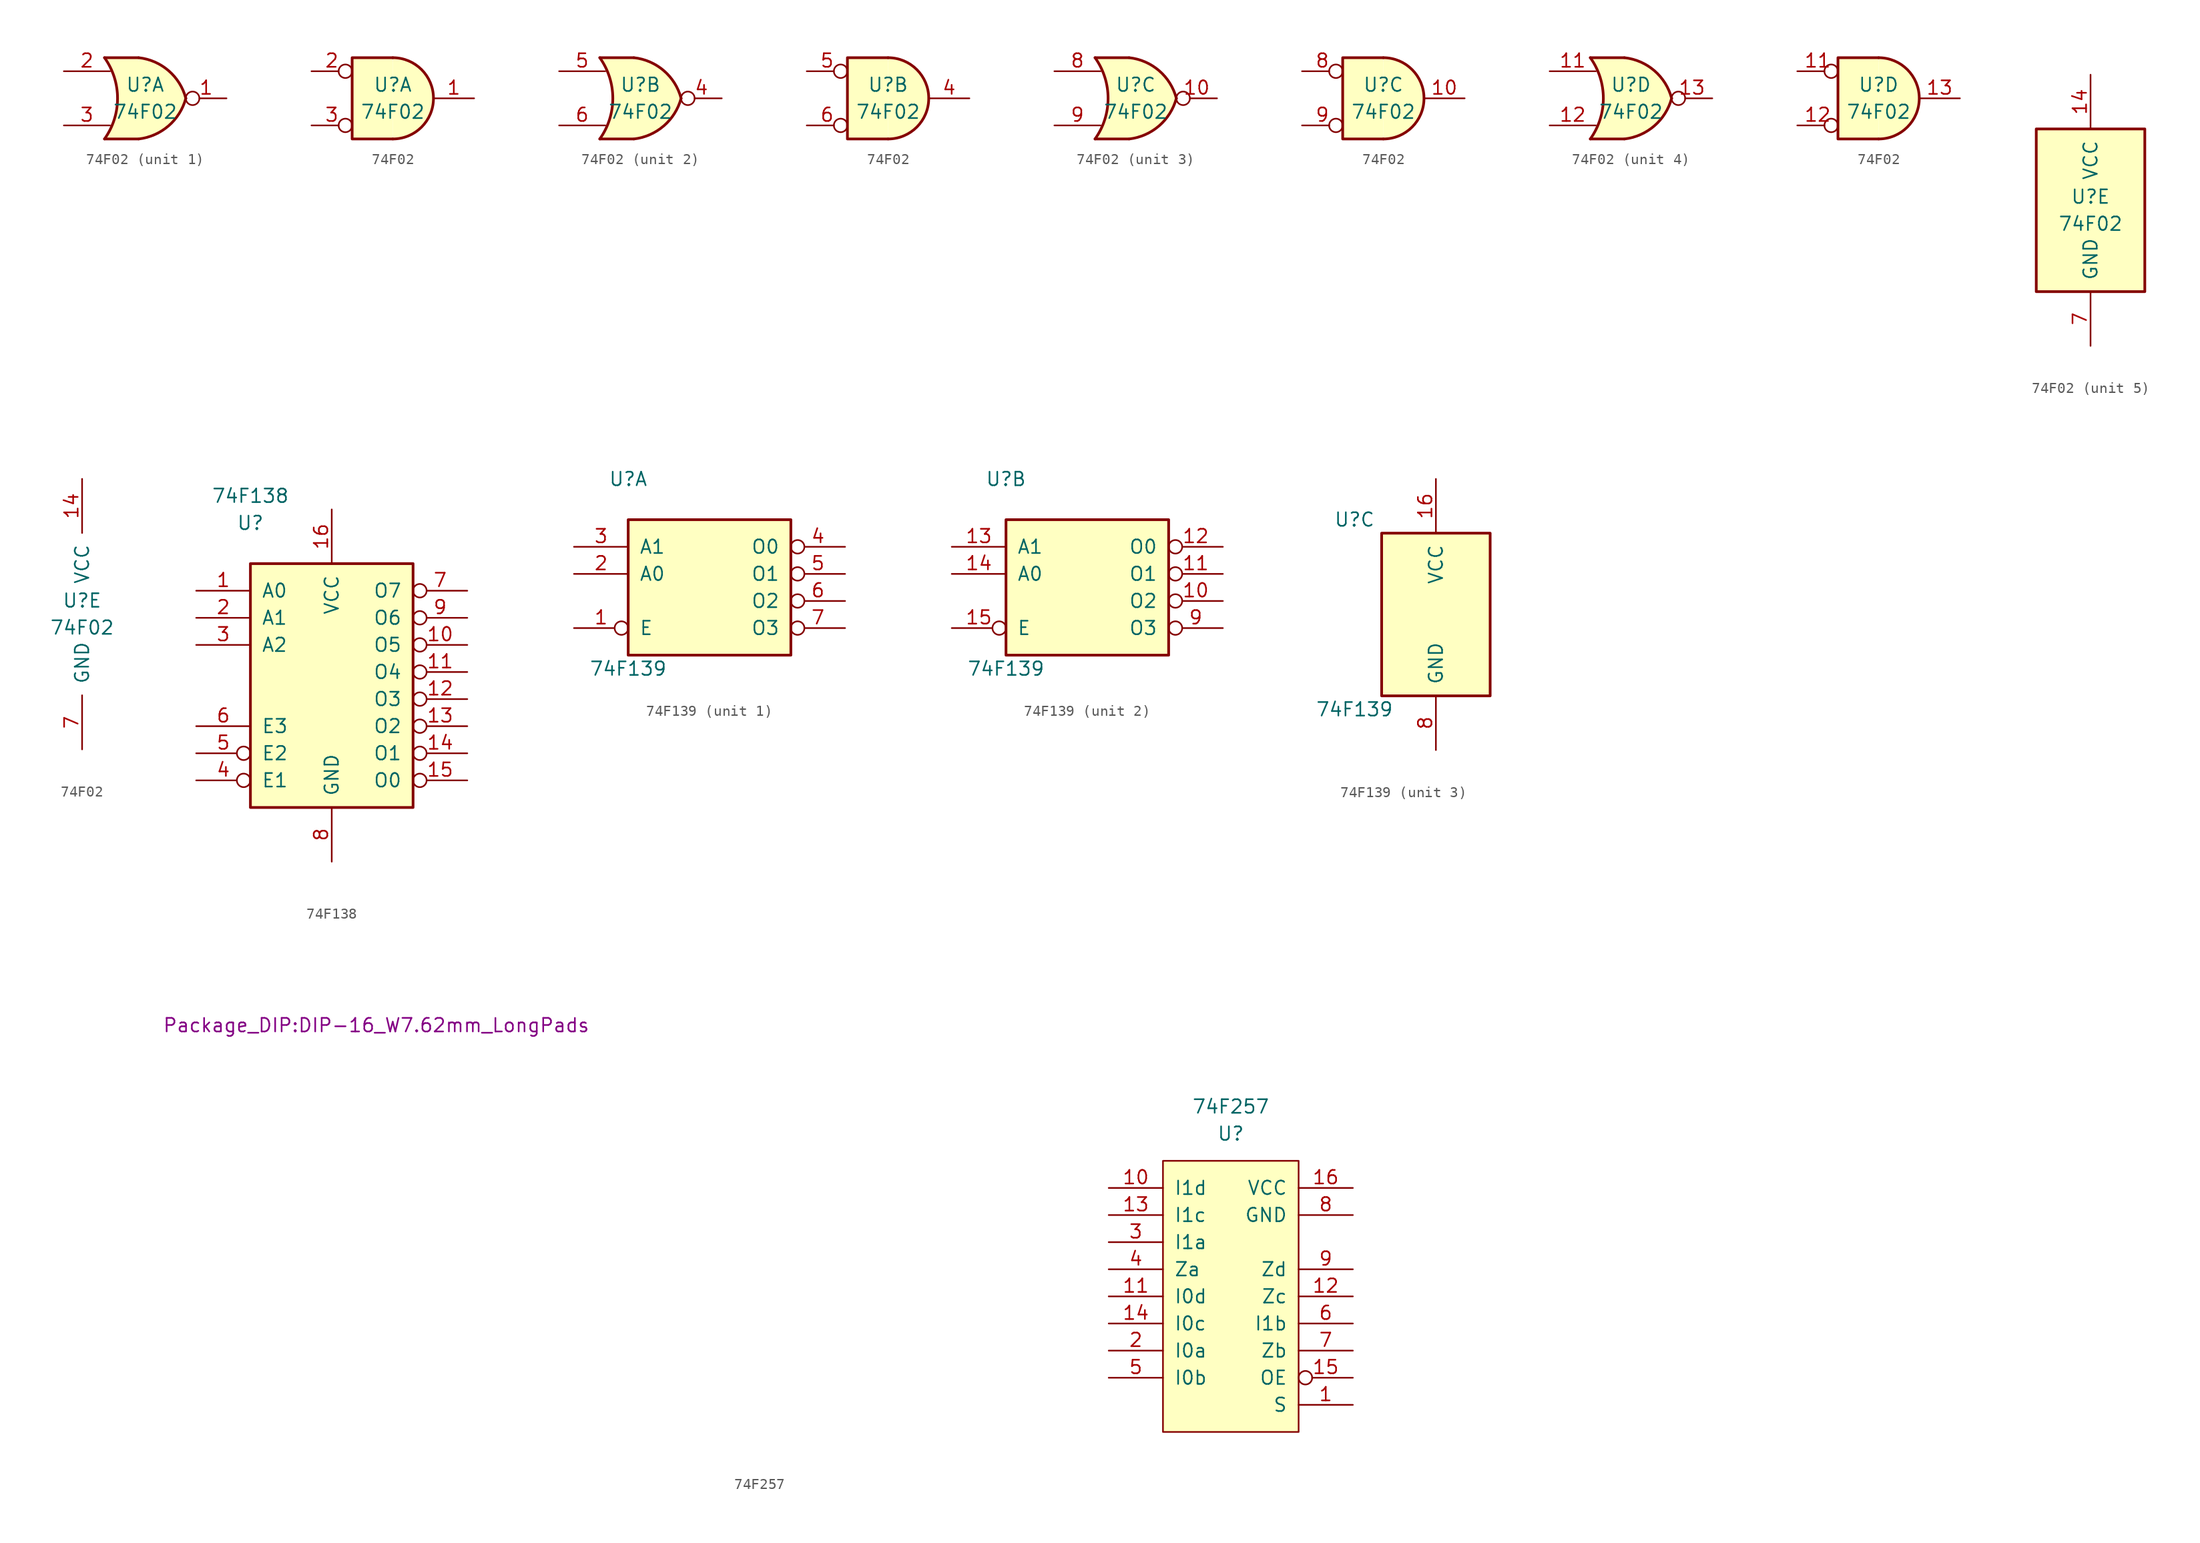
<source format=kicad_sym>
(kicad_symbol_lib
  (version 20211014)
  (generator kicad_symbol_editor)
  (symbol "74F02"
    (pin_names
      (offset 1.016))
    (property "Reference" "U"
      (at 0 1.27 0)
      (effects (font (size 1.27 1.27))))
    (property "Value" "74F02"
      (at 0 -1.27 0)
      (effects (font (size 1.27 1.27))))
    (property "ki_locked" ""
      (at 0 0 0)
      (effects (font (size 1.27 1.27))))
    (symbol "74F02_1_1"
      (arc (start -3.81 -3.81) (mid -2.589 0) (end -3.81 3.81) (stroke (width 0.254) (type default) (color 0 0 0 0)) (fill (type none)))
      (arc (start -0.6096 -3.81) (mid 2.1842 -2.5851) (end 3.81 0) (stroke (width 0.254) (type default) (color 0 0 0 0)) (fill (type background)))
      (polyline (pts (xy -3.81 -3.81) (xy -0.635 -3.81)) (stroke (width 0.254) (type default) (color 0 0 0 0)) (fill (type background)))
      (polyline (pts (xy -3.81 3.81) (xy -0.635 3.81)) (stroke (width 0.254) (type default) (color 0 0 0 0)) (fill (type background)))
      (polyline (pts (xy -0.635 3.81) (xy -3.81 3.81) (xy -3.81 3.81) (xy -3.556 3.404) (xy -3.023 2.261) (xy -2.692 1.041) (xy -2.616 -0.254) (xy -2.769 -1.499) (xy -3.175 -2.718) (xy -3.81 -3.81) (xy -3.81 -3.81) (xy -0.635 -3.81)) (stroke (width -25.4) (type default) (color 0 0 0 0)) (fill (type background)))
      (arc (start 3.81 0) (mid 2.1915 2.5936) (end -0.6096 3.81) (stroke (width 0.254) (type default) (color 0 0 0 0)) (fill (type background)))
      (pin output inverted (at 7.62 0 180) (length 3.81) (name "~" (effects (font (size 1.27 1.27)))) (number "1" (effects (font (size 1.27 1.27)))))
      (pin input line (at -7.62 2.54 0) (length 4.318) (name "~" (effects (font (size 1.27 1.27)))) (number "2" (effects (font (size 1.27 1.27)))))
      (pin input line (at -7.62 -2.54 0) (length 4.318) (name "~" (effects (font (size 1.27 1.27)))) (number "3" (effects (font (size 1.27 1.27))))))
    (symbol "74F02_1_2"
      (arc (start 0 -3.81) (mid 3.81 0) (end 0 3.81) (stroke (width 0.254) (type default) (color 0 0 0 0)) (fill (type background)))
      (polyline (pts (xy 0 3.81) (xy -3.81 3.81) (xy -3.81 -3.81) (xy 0 -3.81)) (stroke (width 0.254) (type default) (color 0 0 0 0)) (fill (type background)))
      (pin output line (at 7.62 0 180) (length 3.81) (name "~" (effects (font (size 1.27 1.27)))) (number "1" (effects (font (size 1.27 1.27)))))
      (pin input inverted (at -7.62 2.54 0) (length 3.81) (name "~" (effects (font (size 1.27 1.27)))) (number "2" (effects (font (size 1.27 1.27)))))
      (pin input inverted (at -7.62 -2.54 0) (length 3.81) (name "~" (effects (font (size 1.27 1.27)))) (number "3" (effects (font (size 1.27 1.27))))))
    (symbol "74F02_2_1"
      (arc (start -3.81 -3.81) (mid -2.589 0) (end -3.81 3.81) (stroke (width 0.254) (type default) (color 0 0 0 0)) (fill (type none)))
      (arc (start -0.6096 -3.81) (mid 2.1842 -2.5851) (end 3.81 0) (stroke (width 0.254) (type default) (color 0 0 0 0)) (fill (type background)))
      (polyline (pts (xy -3.81 -3.81) (xy -0.635 -3.81)) (stroke (width 0.254) (type default) (color 0 0 0 0)) (fill (type background)))
      (polyline (pts (xy -3.81 3.81) (xy -0.635 3.81)) (stroke (width 0.254) (type default) (color 0 0 0 0)) (fill (type background)))
      (polyline (pts (xy -0.635 3.81) (xy -3.81 3.81) (xy -3.81 3.81) (xy -3.556 3.404) (xy -3.023 2.261) (xy -2.692 1.041) (xy -2.616 -0.254) (xy -2.769 -1.499) (xy -3.175 -2.718) (xy -3.81 -3.81) (xy -3.81 -3.81) (xy -0.635 -3.81)) (stroke (width -25.4) (type default) (color 0 0 0 0)) (fill (type background)))
      (arc (start 3.81 0) (mid 2.1915 2.5936) (end -0.6096 3.81) (stroke (width 0.254) (type default) (color 0 0 0 0)) (fill (type background)))
      (pin output inverted (at 7.62 0 180) (length 3.81) (name "~" (effects (font (size 1.27 1.27)))) (number "4" (effects (font (size 1.27 1.27)))))
      (pin input line (at -7.62 2.54 0) (length 4.318) (name "~" (effects (font (size 1.27 1.27)))) (number "5" (effects (font (size 1.27 1.27)))))
      (pin input line (at -7.62 -2.54 0) (length 4.318) (name "~" (effects (font (size 1.27 1.27)))) (number "6" (effects (font (size 1.27 1.27))))))
    (symbol "74F02_2_2"
      (arc (start 0 -3.81) (mid 3.81 0) (end 0 3.81) (stroke (width 0.254) (type default) (color 0 0 0 0)) (fill (type background)))
      (polyline (pts (xy 0 3.81) (xy -3.81 3.81) (xy -3.81 -3.81) (xy 0 -3.81)) (stroke (width 0.254) (type default) (color 0 0 0 0)) (fill (type background)))
      (pin output line (at 7.62 0 180) (length 3.81) (name "~" (effects (font (size 1.27 1.27)))) (number "4" (effects (font (size 1.27 1.27)))))
      (pin input inverted (at -7.62 2.54 0) (length 3.81) (name "~" (effects (font (size 1.27 1.27)))) (number "5" (effects (font (size 1.27 1.27)))))
      (pin input inverted (at -7.62 -2.54 0) (length 3.81) (name "~" (effects (font (size 1.27 1.27)))) (number "6" (effects (font (size 1.27 1.27))))))
    (symbol "74F02_3_1"
      (arc (start -3.81 -3.81) (mid -2.589 0) (end -3.81 3.81) (stroke (width 0.254) (type default) (color 0 0 0 0)) (fill (type none)))
      (arc (start -0.6096 -3.81) (mid 2.1842 -2.5851) (end 3.81 0) (stroke (width 0.254) (type default) (color 0 0 0 0)) (fill (type background)))
      (polyline (pts (xy -3.81 -3.81) (xy -0.635 -3.81)) (stroke (width 0.254) (type default) (color 0 0 0 0)) (fill (type background)))
      (polyline (pts (xy -3.81 3.81) (xy -0.635 3.81)) (stroke (width 0.254) (type default) (color 0 0 0 0)) (fill (type background)))
      (polyline (pts (xy -0.635 3.81) (xy -3.81 3.81) (xy -3.81 3.81) (xy -3.556 3.404) (xy -3.023 2.261) (xy -2.692 1.041) (xy -2.616 -0.254) (xy -2.769 -1.499) (xy -3.175 -2.718) (xy -3.81 -3.81) (xy -3.81 -3.81) (xy -0.635 -3.81)) (stroke (width -25.4) (type default) (color 0 0 0 0)) (fill (type background)))
      (arc (start 3.81 0) (mid 2.1915 2.5936) (end -0.6096 3.81) (stroke (width 0.254) (type default) (color 0 0 0 0)) (fill (type background)))
      (pin output inverted (at 7.62 0 180) (length 3.81) (name "~" (effects (font (size 1.27 1.27)))) (number "10" (effects (font (size 1.27 1.27)))))
      (pin input line (at -7.62 2.54 0) (length 4.318) (name "~" (effects (font (size 1.27 1.27)))) (number "8" (effects (font (size 1.27 1.27)))))
      (pin input line (at -7.62 -2.54 0) (length 4.318) (name "~" (effects (font (size 1.27 1.27)))) (number "9" (effects (font (size 1.27 1.27))))))
    (symbol "74F02_3_2"
      (arc (start 0 -3.81) (mid 3.81 0) (end 0 3.81) (stroke (width 0.254) (type default) (color 0 0 0 0)) (fill (type background)))
      (polyline (pts (xy 0 3.81) (xy -3.81 3.81) (xy -3.81 -3.81) (xy 0 -3.81)) (stroke (width 0.254) (type default) (color 0 0 0 0)) (fill (type background)))
      (pin output line (at 7.62 0 180) (length 3.81) (name "~" (effects (font (size 1.27 1.27)))) (number "10" (effects (font (size 1.27 1.27)))))
      (pin input inverted (at -7.62 2.54 0) (length 3.81) (name "~" (effects (font (size 1.27 1.27)))) (number "8" (effects (font (size 1.27 1.27)))))
      (pin input inverted (at -7.62 -2.54 0) (length 3.81) (name "~" (effects (font (size 1.27 1.27)))) (number "9" (effects (font (size 1.27 1.27))))))
    (symbol "74F02_4_1"
      (arc (start -3.81 -3.81) (mid -2.589 0) (end -3.81 3.81) (stroke (width 0.254) (type default) (color 0 0 0 0)) (fill (type none)))
      (arc (start -0.6096 -3.81) (mid 2.1842 -2.5851) (end 3.81 0) (stroke (width 0.254) (type default) (color 0 0 0 0)) (fill (type background)))
      (polyline (pts (xy -3.81 -3.81) (xy -0.635 -3.81)) (stroke (width 0.254) (type default) (color 0 0 0 0)) (fill (type background)))
      (polyline (pts (xy -3.81 3.81) (xy -0.635 3.81)) (stroke (width 0.254) (type default) (color 0 0 0 0)) (fill (type background)))
      (polyline (pts (xy -0.635 3.81) (xy -3.81 3.81) (xy -3.81 3.81) (xy -3.556 3.404) (xy -3.023 2.261) (xy -2.692 1.041) (xy -2.616 -0.254) (xy -2.769 -1.499) (xy -3.175 -2.718) (xy -3.81 -3.81) (xy -3.81 -3.81) (xy -0.635 -3.81)) (stroke (width -25.4) (type default) (color 0 0 0 0)) (fill (type background)))
      (arc (start 3.81 0) (mid 2.1915 2.5936) (end -0.6096 3.81) (stroke (width 0.254) (type default) (color 0 0 0 0)) (fill (type background)))
      (pin input line (at -7.62 2.54 0) (length 4.318) (name "~" (effects (font (size 1.27 1.27)))) (number "11" (effects (font (size 1.27 1.27)))))
      (pin input line (at -7.62 -2.54 0) (length 4.318) (name "~" (effects (font (size 1.27 1.27)))) (number "12" (effects (font (size 1.27 1.27)))))
      (pin output inverted (at 7.62 0 180) (length 3.81) (name "~" (effects (font (size 1.27 1.27)))) (number "13" (effects (font (size 1.27 1.27))))))
    (symbol "74F02_4_2"
      (arc (start 0 -3.81) (mid 3.81 0) (end 0 3.81) (stroke (width 0.254) (type default) (color 0 0 0 0)) (fill (type background)))
      (polyline (pts (xy 0 3.81) (xy -3.81 3.81) (xy -3.81 -3.81) (xy 0 -3.81)) (stroke (width 0.254) (type default) (color 0 0 0 0)) (fill (type background)))
      (pin input inverted (at -7.62 2.54 0) (length 3.81) (name "~" (effects (font (size 1.27 1.27)))) (number "11" (effects (font (size 1.27 1.27)))))
      (pin input inverted (at -7.62 -2.54 0) (length 3.81) (name "~" (effects (font (size 1.27 1.27)))) (number "12" (effects (font (size 1.27 1.27)))))
      (pin output line (at 7.62 0 180) (length 3.81) (name "~" (effects (font (size 1.27 1.27)))) (number "13" (effects (font (size 1.27 1.27))))))
    (symbol "74F02_5_0"
      (pin power_in line (at 0 12.7 270) (length 5.08) (name "VCC" (effects (font (size 1.27 1.27)))) (number "14" (effects (font (size 1.27 1.27)))))
      (pin power_in line (at 0 -12.7 90) (length 5.08) (name "GND" (effects (font (size 1.27 1.27)))) (number "7" (effects (font (size 1.27 1.27))))))
    (symbol "74F02_5_1"
      (rectangle (start -5.08 7.62) (end 5.08 -7.62) (stroke (width 0.254) (type default) (color 0 0 0 0)) (fill (type background)))))
  (symbol "74F138"
    (pin_names
      (offset 1.016))
    (property "Reference" "U"
      (at -7.62 13.97 0)
      (effects (font (size 1.27 1.27))))
    (property "Value" "74F138"
      (at -7.62 16.51 0)
      (effects (font (size 1.27 1.27))))
    (symbol "74F138_1_0"
      (pin input line (at -12.7 7.62 0) (length 5.08) (name "A0" (effects (font (size 1.27 1.27)))) (number "1" (effects (font (size 1.27 1.27)))))
      (pin output inverted (at 12.7 2.54 180) (length 5.08) (name "O5" (effects (font (size 1.27 1.27)))) (number "10" (effects (font (size 1.27 1.27)))))
      (pin output inverted (at 12.7 0 180) (length 5.08) (name "O4" (effects (font (size 1.27 1.27)))) (number "11" (effects (font (size 1.27 1.27)))))
      (pin output inverted (at 12.7 -2.54 180) (length 5.08) (name "O3" (effects (font (size 1.27 1.27)))) (number "12" (effects (font (size 1.27 1.27)))))
      (pin output inverted (at 12.7 -5.08 180) (length 5.08) (name "O2" (effects (font (size 1.27 1.27)))) (number "13" (effects (font (size 1.27 1.27)))))
      (pin output inverted (at 12.7 -7.62 180) (length 5.08) (name "O1" (effects (font (size 1.27 1.27)))) (number "14" (effects (font (size 1.27 1.27)))))
      (pin output inverted (at 12.7 -10.16 180) (length 5.08) (name "O0" (effects (font (size 1.27 1.27)))) (number "15" (effects (font (size 1.27 1.27)))))
      (pin power_in line (at 0 15.24 270) (length 5.08) (name "VCC" (effects (font (size 1.27 1.27)))) (number "16" (effects (font (size 1.27 1.27)))))
      (pin input line (at -12.7 5.08 0) (length 5.08) (name "A1" (effects (font (size 1.27 1.27)))) (number "2" (effects (font (size 1.27 1.27)))))
      (pin input line (at -12.7 2.54 0) (length 5.08) (name "A2" (effects (font (size 1.27 1.27)))) (number "3" (effects (font (size 1.27 1.27)))))
      (pin input inverted (at -12.7 -10.16 0) (length 5.08) (name "E1" (effects (font (size 1.27 1.27)))) (number "4" (effects (font (size 1.27 1.27)))))
      (pin input inverted (at -12.7 -7.62 0) (length 5.08) (name "E2" (effects (font (size 1.27 1.27)))) (number "5" (effects (font (size 1.27 1.27)))))
      (pin input line (at -12.7 -5.08 0) (length 5.08) (name "E3" (effects (font (size 1.27 1.27)))) (number "6" (effects (font (size 1.27 1.27)))))
      (pin output inverted (at 12.7 7.62 180) (length 5.08) (name "O7" (effects (font (size 1.27 1.27)))) (number "7" (effects (font (size 1.27 1.27)))))
      (pin power_in line (at 0 -17.78 90) (length 5.08) (name "GND" (effects (font (size 1.27 1.27)))) (number "8" (effects (font (size 1.27 1.27)))))
      (pin output inverted (at 12.7 5.08 180) (length 5.08) (name "O6" (effects (font (size 1.27 1.27)))) (number "9" (effects (font (size 1.27 1.27))))))
    (symbol "74F138_1_1"
      (rectangle (start -7.62 10.16) (end 7.62 -12.7) (stroke (width 0.254) (type default) (color 0 0 0 0)) (fill (type background)))))
  (symbol "74F139"
    (pin_names
      (offset 1.016))
    (property "Reference" "U"
      (at -7.62 8.89 0)
      (effects (font (size 1.27 1.27))))
    (property "Value" "74F139"
      (at -7.62 -8.89 0)
      (effects (font (size 1.27 1.27))))
    (property "ki_locked" ""
      (at 0 0 0)
      (effects (font (size 1.27 1.27))))
    (symbol "74F139_1_0"
      (pin input inverted (at -12.7 -5.08 0) (length 5.08) (name "E" (effects (font (size 1.27 1.27)))) (number "1" (effects (font (size 1.27 1.27)))))
      (pin input line (at -12.7 0 0) (length 5.08) (name "A0" (effects (font (size 1.27 1.27)))) (number "2" (effects (font (size 1.27 1.27)))))
      (pin input line (at -12.7 2.54 0) (length 5.08) (name "A1" (effects (font (size 1.27 1.27)))) (number "3" (effects (font (size 1.27 1.27)))))
      (pin output inverted (at 12.7 2.54 180) (length 5.08) (name "O0" (effects (font (size 1.27 1.27)))) (number "4" (effects (font (size 1.27 1.27)))))
      (pin output inverted (at 12.7 0 180) (length 5.08) (name "O1" (effects (font (size 1.27 1.27)))) (number "5" (effects (font (size 1.27 1.27)))))
      (pin output inverted (at 12.7 -2.54 180) (length 5.08) (name "O2" (effects (font (size 1.27 1.27)))) (number "6" (effects (font (size 1.27 1.27)))))
      (pin output inverted (at 12.7 -5.08 180) (length 5.08) (name "O3" (effects (font (size 1.27 1.27)))) (number "7" (effects (font (size 1.27 1.27))))))
    (symbol "74F139_1_1"
      (rectangle (start -7.62 5.08) (end 7.62 -7.62) (stroke (width 0.254) (type default) (color 0 0 0 0)) (fill (type background))))
    (symbol "74F139_2_0"
      (pin output inverted (at 12.7 -2.54 180) (length 5.08) (name "O2" (effects (font (size 1.27 1.27)))) (number "10" (effects (font (size 1.27 1.27)))))
      (pin output inverted (at 12.7 0 180) (length 5.08) (name "O1" (effects (font (size 1.27 1.27)))) (number "11" (effects (font (size 1.27 1.27)))))
      (pin output inverted (at 12.7 2.54 180) (length 5.08) (name "O0" (effects (font (size 1.27 1.27)))) (number "12" (effects (font (size 1.27 1.27)))))
      (pin input line (at -12.7 2.54 0) (length 5.08) (name "A1" (effects (font (size 1.27 1.27)))) (number "13" (effects (font (size 1.27 1.27)))))
      (pin input line (at -12.7 0 0) (length 5.08) (name "A0" (effects (font (size 1.27 1.27)))) (number "14" (effects (font (size 1.27 1.27)))))
      (pin input inverted (at -12.7 -5.08 0) (length 5.08) (name "E" (effects (font (size 1.27 1.27)))) (number "15" (effects (font (size 1.27 1.27)))))
      (pin output inverted (at 12.7 -5.08 180) (length 5.08) (name "O3" (effects (font (size 1.27 1.27)))) (number "9" (effects (font (size 1.27 1.27))))))
    (symbol "74F139_2_1"
      (rectangle (start -7.62 5.08) (end 7.62 -7.62) (stroke (width 0.254) (type default) (color 0 0 0 0)) (fill (type background))))
    (symbol "74F139_3_0"
      (pin power_in line (at 0 12.7 270) (length 5.08) (name "VCC" (effects (font (size 1.27 1.27)))) (number "16" (effects (font (size 1.27 1.27)))))
      (pin power_in line (at 0 -12.7 90) (length 5.08) (name "GND" (effects (font (size 1.27 1.27)))) (number "8" (effects (font (size 1.27 1.27))))))
    (symbol "74F139_3_1"
      (rectangle (start -5.08 7.62) (end 5.08 -7.62) (stroke (width 0.254) (type default) (color 0 0 0 0)) (fill (type background)))))
  (symbol "74F257"
    (pin_names
      (offset 1.016))
    (property "Reference" "U"
      (at 6.35 2.54 0)
      (effects (font (size 1.27 1.27))))
    (property "Value" "74F257"
      (at 6.35 5.08 0)
      (effects (font (size 1.27 1.27))))
    (property "Footprint" "Package_DIP:DIP-16_W7.62mm_LongPads"
      (at -73.66 12.7 0)
      (effects (font (size 1.27 1.27))))
    (symbol "74F257_1_0"
      (pin input line (at 17.78 -22.86 180) (length 5.08) (name "S" (effects (font (size 1.27 1.27)))) (number "1" (effects (font (size 1.27 1.27)))))
      (pin input line (at -5.08 -2.54 0) (length 5.08) (name "I1d" (effects (font (size 1.27 1.27)))) (number "10" (effects (font (size 1.27 1.27)))))
      (pin input line (at -5.08 -12.7 0) (length 5.08) (name "I0d" (effects (font (size 1.27 1.27)))) (number "11" (effects (font (size 1.27 1.27)))))
      (pin tri_state line (at 17.78 -12.7 180) (length 5.08) (name "Zc" (effects (font (size 1.27 1.27)))) (number "12" (effects (font (size 1.27 1.27)))))
      (pin input line (at -5.08 -5.08 0) (length 5.08) (name "I1c" (effects (font (size 1.27 1.27)))) (number "13" (effects (font (size 1.27 1.27)))))
      (pin input line (at -5.08 -15.24 0) (length 5.08) (name "I0c" (effects (font (size 1.27 1.27)))) (number "14" (effects (font (size 1.27 1.27)))))
      (pin input inverted (at 17.78 -20.32 180) (length 5.08) (name "OE" (effects (font (size 1.27 1.27)))) (number "15" (effects (font (size 1.27 1.27)))))
      (pin power_in line (at 17.78 -2.54 180) (length 5.08) (name "VCC" (effects (font (size 1.27 1.27)))) (number "16" (effects (font (size 1.27 1.27)))))
      (pin input line (at -5.08 -17.78 0) (length 5.08) (name "I0a" (effects (font (size 1.27 1.27)))) (number "2" (effects (font (size 1.27 1.27)))))
      (pin input line (at -5.08 -7.62 0) (length 5.08) (name "I1a" (effects (font (size 1.27 1.27)))) (number "3" (effects (font (size 1.27 1.27)))))
      (pin tri_state line (at -5.08 -10.16 0) (length 5.08) (name "Za" (effects (font (size 1.27 1.27)))) (number "4" (effects (font (size 1.27 1.27)))))
      (pin input line (at -5.08 -20.32 0) (length 5.08) (name "I0b" (effects (font (size 1.27 1.27)))) (number "5" (effects (font (size 1.27 1.27)))))
      (pin input line (at 17.78 -15.24 180) (length 5.08) (name "I1b" (effects (font (size 1.27 1.27)))) (number "6" (effects (font (size 1.27 1.27)))))
      (pin tri_state line (at 17.78 -17.78 180) (length 5.08) (name "Zb" (effects (font (size 1.27 1.27)))) (number "7" (effects (font (size 1.27 1.27)))))
      (pin power_in line (at 17.78 -5.08 180) (length 5.08) (name "GND" (effects (font (size 1.27 1.27)))) (number "8" (effects (font (size 1.27 1.27)))))
      (pin tri_state line (at 17.78 -10.16 180) (length 5.08) (name "Zd" (effects (font (size 1.27 1.27)))) (number "9" (effects (font (size 1.27 1.27))))))
    (symbol "74F257_1_1"
      (rectangle (start 0 0) (end 12.7 -25.4) (stroke (width 0) (type default) (color 0 0 0 0)) (fill (type background))))))
</source>
